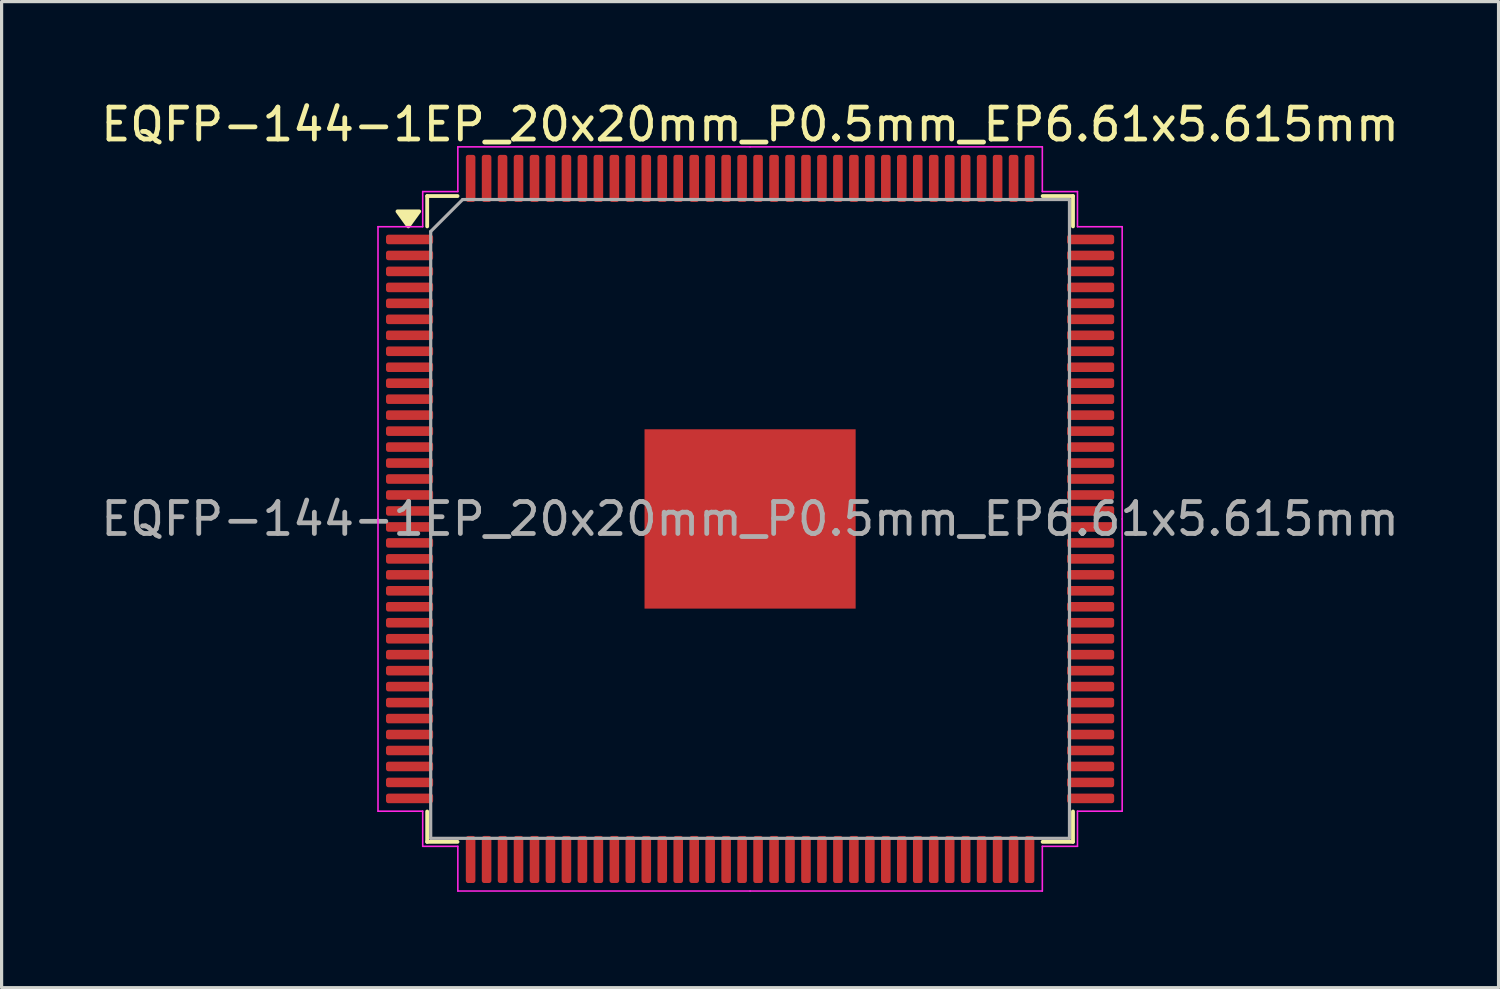
<source format=kicad_pcb>
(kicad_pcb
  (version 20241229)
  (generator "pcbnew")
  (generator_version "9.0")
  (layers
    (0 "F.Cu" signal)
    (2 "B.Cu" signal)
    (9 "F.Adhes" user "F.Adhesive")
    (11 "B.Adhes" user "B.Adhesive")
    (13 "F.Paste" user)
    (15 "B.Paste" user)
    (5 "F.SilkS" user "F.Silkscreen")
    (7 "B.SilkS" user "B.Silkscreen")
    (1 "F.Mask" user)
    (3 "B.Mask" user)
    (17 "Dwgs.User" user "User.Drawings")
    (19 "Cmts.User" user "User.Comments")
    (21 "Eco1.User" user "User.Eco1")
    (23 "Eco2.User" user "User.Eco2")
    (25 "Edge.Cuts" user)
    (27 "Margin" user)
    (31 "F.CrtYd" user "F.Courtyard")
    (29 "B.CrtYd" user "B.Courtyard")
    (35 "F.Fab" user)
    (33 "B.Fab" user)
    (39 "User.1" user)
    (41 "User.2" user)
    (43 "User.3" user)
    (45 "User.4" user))
  (footprint "EQFP-144-1EP_20x20mm_P0.5mm_EP6.61x5.615mm"
    (layer "F.Cu")
    (at 20.435 13.198)
    (property "Reference" "EQFP-144-1EP_20x20mm_P0.5mm_EP6.61x5.615mm" (at 0 -12.35 0) (layer "F.SilkS") (effects (font (size 1 1) (thickness 0.15))))
    (attr smd)
    (fp_line (start -10.11 -10.11) (end -10.11 -9.16) (stroke (width 0.12) (type solid)) (layer "F.SilkS"))
    (fp_line (start -10.11 10.11) (end -10.11 9.16) (stroke (width 0.12) (type solid)) (layer "F.SilkS"))
    (fp_line (start -9.16 -10.11) (end -10.11 -10.11) (stroke (width 0.12) (type solid)) (layer "F.SilkS"))
    (fp_line (start -9.16 10.11) (end -10.11 10.11) (stroke (width 0.12) (type solid)) (layer "F.SilkS"))
    (fp_line (start 9.16 -10.11) (end 10.11 -10.11) (stroke (width 0.12) (type solid)) (layer "F.SilkS"))
    (fp_line (start 9.16 10.11) (end 10.11 10.11) (stroke (width 0.12) (type solid)) (layer "F.SilkS"))
    (fp_line (start 10.11 -10.11) (end 10.11 -9.16) (stroke (width 0.12) (type solid)) (layer "F.SilkS"))
    (fp_line (start 10.11 10.11) (end 10.11 9.16) (stroke (width 0.12) (type solid)) (layer "F.SilkS"))
    (fp_poly (pts (xy -10.7 -9.16) (xy -11.04 -9.63) (xy -10.36 -9.63) (xy -10.7 -9.16)) (stroke (width 0.12) (type solid)) (fill yes) (layer "F.SilkS"))
    (fp_line (start -11.65 -9.15) (end -11.65 0) (stroke (width 0.05) (type solid)) (layer "F.CrtYd"))
    (fp_line (start -11.65 9.15) (end -11.65 0) (stroke (width 0.05) (type solid)) (layer "F.CrtYd"))
    (fp_line (start -10.25 -10.25) (end -10.25 -9.15) (stroke (width 0.05) (type solid)) (layer "F.CrtYd"))
    (fp_line (start -10.25 -9.15) (end -11.65 -9.15) (stroke (width 0.05) (type solid)) (layer "F.CrtYd"))
    (fp_line (start -10.25 9.15) (end -11.65 9.15) (stroke (width 0.05) (type solid)) (layer "F.CrtYd"))
    (fp_line (start -10.25 10.25) (end -10.25 9.15) (stroke (width 0.05) (type solid)) (layer "F.CrtYd"))
    (fp_line (start -9.15 -11.65) (end -9.15 -10.25) (stroke (width 0.05) (type solid)) (layer "F.CrtYd"))
    (fp_line (start -9.15 -10.25) (end -10.25 -10.25) (stroke (width 0.05) (type solid)) (layer "F.CrtYd"))
    (fp_line (start -9.15 10.25) (end -10.25 10.25) (stroke (width 0.05) (type solid)) (layer "F.CrtYd"))
    (fp_line (start -9.15 11.65) (end -9.15 10.25) (stroke (width 0.05) (type solid)) (layer "F.CrtYd"))
    (fp_line (start 0 -11.65) (end -9.15 -11.65) (stroke (width 0.05) (type solid)) (layer "F.CrtYd"))
    (fp_line (start 0 -11.65) (end 9.15 -11.65) (stroke (width 0.05) (type solid)) (layer "F.CrtYd"))
    (fp_line (start 0 11.65) (end -9.15 11.65) (stroke (width 0.05) (type solid)) (layer "F.CrtYd"))
    (fp_line (start 0 11.65) (end 9.15 11.65) (stroke (width 0.05) (type solid)) (layer "F.CrtYd"))
    (fp_line (start 9.15 -11.65) (end 9.15 -10.25) (stroke (width 0.05) (type solid)) (layer "F.CrtYd"))
    (fp_line (start 9.15 -10.25) (end 10.25 -10.25) (stroke (width 0.05) (type solid)) (layer "F.CrtYd"))
    (fp_line (start 9.15 10.25) (end 10.25 10.25) (stroke (width 0.05) (type solid)) (layer "F.CrtYd"))
    (fp_line (start 9.15 11.65) (end 9.15 10.25) (stroke (width 0.05) (type solid)) (layer "F.CrtYd"))
    (fp_line (start 10.25 -10.25) (end 10.25 -9.15) (stroke (width 0.05) (type solid)) (layer "F.CrtYd"))
    (fp_line (start 10.25 -9.15) (end 11.65 -9.15) (stroke (width 0.05) (type solid)) (layer "F.CrtYd"))
    (fp_line (start 10.25 9.15) (end 11.65 9.15) (stroke (width 0.05) (type solid)) (layer "F.CrtYd"))
    (fp_line (start 10.25 10.25) (end 10.25 9.15) (stroke (width 0.05) (type solid)) (layer "F.CrtYd"))
    (fp_line (start 11.65 -9.15) (end 11.65 0) (stroke (width 0.05) (type solid)) (layer "F.CrtYd"))
    (fp_line (start 11.65 9.15) (end 11.65 0) (stroke (width 0.05) (type solid)) (layer "F.CrtYd"))
    (fp_line (start -10 -9) (end -9 -10) (stroke (width 0.1) (type solid)) (layer "F.Fab"))
    (fp_line (start -10 10) (end -10 -9) (stroke (width 0.1) (type solid)) (layer "F.Fab"))
    (fp_line (start -9 -10) (end 10 -10) (stroke (width 0.1) (type solid)) (layer "F.Fab"))
    (fp_line (start 10 -10) (end 10 10) (stroke (width 0.1) (type solid)) (layer "F.Fab"))
    (fp_line (start 10 10) (end -10 10) (stroke (width 0.1) (type solid)) (layer "F.Fab"))
    (fp_text user "${REFERENCE}" (at 0 0 0) (layer "F.Fab") (effects (font (size 1 1) (thickness 0.15))))
    (pad "" smd roundrect (at -2.64 -2.1) (size 1.07 1.13) (layers "F.Paste") (roundrect_rratio 0.234))
    (pad "" smd roundrect (at -2.64 -0.7) (size 1.07 1.13) (layers "F.Paste") (roundrect_rratio 0.234))
    (pad "" smd roundrect (at -2.64 0.7) (size 1.07 1.13) (layers "F.Paste") (roundrect_rratio 0.234))
    (pad "" smd roundrect (at -2.64 2.1) (size 1.07 1.13) (layers "F.Paste") (roundrect_rratio 0.234))
    (pad "" smd roundrect (at -1.32 -2.1) (size 1.07 1.13) (layers "F.Paste") (roundrect_rratio 0.234))
    (pad "" smd roundrect (at -1.32 -0.7) (size 1.07 1.13) (layers "F.Paste") (roundrect_rratio 0.234))
    (pad "" smd roundrect (at -1.32 0.7) (size 1.07 1.13) (layers "F.Paste") (roundrect_rratio 0.234))
    (pad "" smd roundrect (at -1.32 2.1) (size 1.07 1.13) (layers "F.Paste") (roundrect_rratio 0.234))
    (pad "" smd roundrect (at 0 -2.1) (size 1.07 1.13) (layers "F.Paste") (roundrect_rratio 0.234))
    (pad "" smd roundrect (at 0 -0.7) (size 1.07 1.13) (layers "F.Paste") (roundrect_rratio 0.234))
    (pad "" smd roundrect (at 0 0.7) (size 1.07 1.13) (layers "F.Paste") (roundrect_rratio 0.234))
    (pad "" smd roundrect (at 0 2.1) (size 1.07 1.13) (layers "F.Paste") (roundrect_rratio 0.234))
    (pad "" smd roundrect (at 1.32 -2.1) (size 1.07 1.13) (layers "F.Paste") (roundrect_rratio 0.234))
    (pad "" smd roundrect (at 1.32 -0.7) (size 1.07 1.13) (layers "F.Paste") (roundrect_rratio 0.234))
    (pad "" smd roundrect (at 1.32 0.7) (size 1.07 1.13) (layers "F.Paste") (roundrect_rratio 0.234))
    (pad "" smd roundrect (at 1.32 2.1) (size 1.07 1.13) (layers "F.Paste") (roundrect_rratio 0.234))
    (pad "" smd roundrect (at 2.64 -2.1) (size 1.07 1.13) (layers "F.Paste") (roundrect_rratio 0.234))
    (pad "" smd roundrect (at 2.64 -0.7) (size 1.07 1.13) (layers "F.Paste") (roundrect_rratio 0.234))
    (pad "" smd roundrect (at 2.64 0.7) (size 1.07 1.13) (layers "F.Paste") (roundrect_rratio 0.234))
    (pad "" smd roundrect (at 2.64 2.1) (size 1.07 1.13) (layers "F.Paste") (roundrect_rratio 0.234))
    (pad "1" smd roundrect (at -10.662 -8.75) (size 1.475 0.3) (layers "F.Cu" "F.Mask" "F.Paste") (roundrect_rratio 0.25))
    (pad "2" smd roundrect (at -10.662 -8.25) (size 1.475 0.3) (layers "F.Cu" "F.Mask" "F.Paste") (roundrect_rratio 0.25))
    (pad "3" smd roundrect (at -10.662 -7.75) (size 1.475 0.3) (layers "F.Cu" "F.Mask" "F.Paste") (roundrect_rratio 0.25))
    (pad "4" smd roundrect (at -10.662 -7.25) (size 1.475 0.3) (layers "F.Cu" "F.Mask" "F.Paste") (roundrect_rratio 0.25))
    (pad "5" smd roundrect (at -10.662 -6.75) (size 1.475 0.3) (layers "F.Cu" "F.Mask" "F.Paste") (roundrect_rratio 0.25))
    (pad "6" smd roundrect (at -10.662 -6.25) (size 1.475 0.3) (layers "F.Cu" "F.Mask" "F.Paste") (roundrect_rratio 0.25))
    (pad "7" smd roundrect (at -10.662 -5.75) (size 1.475 0.3) (layers "F.Cu" "F.Mask" "F.Paste") (roundrect_rratio 0.25))
    (pad "8" smd roundrect (at -10.662 -5.25) (size 1.475 0.3) (layers "F.Cu" "F.Mask" "F.Paste") (roundrect_rratio 0.25))
    (pad "9" smd roundrect (at -10.662 -4.75) (size 1.475 0.3) (layers "F.Cu" "F.Mask" "F.Paste") (roundrect_rratio 0.25))
    (pad "10" smd roundrect (at -10.662 -4.25) (size 1.475 0.3) (layers "F.Cu" "F.Mask" "F.Paste") (roundrect_rratio 0.25))
    (pad "11" smd roundrect (at -10.662 -3.75) (size 1.475 0.3) (layers "F.Cu" "F.Mask" "F.Paste") (roundrect_rratio 0.25))
    (pad "12" smd roundrect (at -10.662 -3.25) (size 1.475 0.3) (layers "F.Cu" "F.Mask" "F.Paste") (roundrect_rratio 0.25))
    (pad "13" smd roundrect (at -10.662 -2.75) (size 1.475 0.3) (layers "F.Cu" "F.Mask" "F.Paste") (roundrect_rratio 0.25))
    (pad "14" smd roundrect (at -10.662 -2.25) (size 1.475 0.3) (layers "F.Cu" "F.Mask" "F.Paste") (roundrect_rratio 0.25))
    (pad "15" smd roundrect (at -10.662 -1.75) (size 1.475 0.3) (layers "F.Cu" "F.Mask" "F.Paste") (roundrect_rratio 0.25))
    (pad "16" smd roundrect (at -10.662 -1.25) (size 1.475 0.3) (layers "F.Cu" "F.Mask" "F.Paste") (roundrect_rratio 0.25))
    (pad "17" smd roundrect (at -10.662 -0.75) (size 1.475 0.3) (layers "F.Cu" "F.Mask" "F.Paste") (roundrect_rratio 0.25))
    (pad "18" smd roundrect (at -10.662 -0.25) (size 1.475 0.3) (layers "F.Cu" "F.Mask" "F.Paste") (roundrect_rratio 0.25))
    (pad "19" smd roundrect (at -10.662 0.25) (size 1.475 0.3) (layers "F.Cu" "F.Mask" "F.Paste") (roundrect_rratio 0.25))
    (pad "20" smd roundrect (at -10.662 0.75) (size 1.475 0.3) (layers "F.Cu" "F.Mask" "F.Paste") (roundrect_rratio 0.25))
    (pad "21" smd roundrect (at -10.662 1.25) (size 1.475 0.3) (layers "F.Cu" "F.Mask" "F.Paste") (roundrect_rratio 0.25))
    (pad "22" smd roundrect (at -10.662 1.75) (size 1.475 0.3) (layers "F.Cu" "F.Mask" "F.Paste") (roundrect_rratio 0.25))
    (pad "23" smd roundrect (at -10.662 2.25) (size 1.475 0.3) (layers "F.Cu" "F.Mask" "F.Paste") (roundrect_rratio 0.25))
    (pad "24" smd roundrect (at -10.662 2.75) (size 1.475 0.3) (layers "F.Cu" "F.Mask" "F.Paste") (roundrect_rratio 0.25))
    (pad "25" smd roundrect (at -10.662 3.25) (size 1.475 0.3) (layers "F.Cu" "F.Mask" "F.Paste") (roundrect_rratio 0.25))
    (pad "26" smd roundrect (at -10.662 3.75) (size 1.475 0.3) (layers "F.Cu" "F.Mask" "F.Paste") (roundrect_rratio 0.25))
    (pad "27" smd roundrect (at -10.662 4.25) (size 1.475 0.3) (layers "F.Cu" "F.Mask" "F.Paste") (roundrect_rratio 0.25))
    (pad "28" smd roundrect (at -10.662 4.75) (size 1.475 0.3) (layers "F.Cu" "F.Mask" "F.Paste") (roundrect_rratio 0.25))
    (pad "29" smd roundrect (at -10.662 5.25) (size 1.475 0.3) (layers "F.Cu" "F.Mask" "F.Paste") (roundrect_rratio 0.25))
    (pad "30" smd roundrect (at -10.662 5.75) (size 1.475 0.3) (layers "F.Cu" "F.Mask" "F.Paste") (roundrect_rratio 0.25))
    (pad "31" smd roundrect (at -10.662 6.25) (size 1.475 0.3) (layers "F.Cu" "F.Mask" "F.Paste") (roundrect_rratio 0.25))
    (pad "32" smd roundrect (at -10.662 6.75) (size 1.475 0.3) (layers "F.Cu" "F.Mask" "F.Paste") (roundrect_rratio 0.25))
    (pad "33" smd roundrect (at -10.662 7.25) (size 1.475 0.3) (layers "F.Cu" "F.Mask" "F.Paste") (roundrect_rratio 0.25))
    (pad "34" smd roundrect (at -10.662 7.75) (size 1.475 0.3) (layers "F.Cu" "F.Mask" "F.Paste") (roundrect_rratio 0.25))
    (pad "35" smd roundrect (at -10.662 8.25) (size 1.475 0.3) (layers "F.Cu" "F.Mask" "F.Paste") (roundrect_rratio 0.25))
    (pad "36" smd roundrect (at -10.662 8.75) (size 1.475 0.3) (layers "F.Cu" "F.Mask" "F.Paste") (roundrect_rratio 0.25))
    (pad "37" smd roundrect (at -8.75 10.662) (size 0.3 1.475) (layers "F.Cu" "F.Mask" "F.Paste") (roundrect_rratio 0.25))
    (pad "38" smd roundrect (at -8.25 10.662) (size 0.3 1.475) (layers "F.Cu" "F.Mask" "F.Paste") (roundrect_rratio 0.25))
    (pad "39" smd roundrect (at -7.75 10.662) (size 0.3 1.475) (layers "F.Cu" "F.Mask" "F.Paste") (roundrect_rratio 0.25))
    (pad "40" smd roundrect (at -7.25 10.662) (size 0.3 1.475) (layers "F.Cu" "F.Mask" "F.Paste") (roundrect_rratio 0.25))
    (pad "41" smd roundrect (at -6.75 10.662) (size 0.3 1.475) (layers "F.Cu" "F.Mask" "F.Paste") (roundrect_rratio 0.25))
    (pad "42" smd roundrect (at -6.25 10.662) (size 0.3 1.475) (layers "F.Cu" "F.Mask" "F.Paste") (roundrect_rratio 0.25))
    (pad "43" smd roundrect (at -5.75 10.662) (size 0.3 1.475) (layers "F.Cu" "F.Mask" "F.Paste") (roundrect_rratio 0.25))
    (pad "44" smd roundrect (at -5.25 10.662) (size 0.3 1.475) (layers "F.Cu" "F.Mask" "F.Paste") (roundrect_rratio 0.25))
    (pad "45" smd roundrect (at -4.75 10.662) (size 0.3 1.475) (layers "F.Cu" "F.Mask" "F.Paste") (roundrect_rratio 0.25))
    (pad "46" smd roundrect (at -4.25 10.662) (size 0.3 1.475) (layers "F.Cu" "F.Mask" "F.Paste") (roundrect_rratio 0.25))
    (pad "47" smd roundrect (at -3.75 10.662) (size 0.3 1.475) (layers "F.Cu" "F.Mask" "F.Paste") (roundrect_rratio 0.25))
    (pad "48" smd roundrect (at -3.25 10.662) (size 0.3 1.475) (layers "F.Cu" "F.Mask" "F.Paste") (roundrect_rratio 0.25))
    (pad "49" smd roundrect (at -2.75 10.662) (size 0.3 1.475) (layers "F.Cu" "F.Mask" "F.Paste") (roundrect_rratio 0.25))
    (pad "50" smd roundrect (at -2.25 10.662) (size 0.3 1.475) (layers "F.Cu" "F.Mask" "F.Paste") (roundrect_rratio 0.25))
    (pad "51" smd roundrect (at -1.75 10.662) (size 0.3 1.475) (layers "F.Cu" "F.Mask" "F.Paste") (roundrect_rratio 0.25))
    (pad "52" smd roundrect (at -1.25 10.662) (size 0.3 1.475) (layers "F.Cu" "F.Mask" "F.Paste") (roundrect_rratio 0.25))
    (pad "53" smd roundrect (at -0.75 10.662) (size 0.3 1.475) (layers "F.Cu" "F.Mask" "F.Paste") (roundrect_rratio 0.25))
    (pad "54" smd roundrect (at -0.25 10.662) (size 0.3 1.475) (layers "F.Cu" "F.Mask" "F.Paste") (roundrect_rratio 0.25))
    (pad "55" smd roundrect (at 0.25 10.662) (size 0.3 1.475) (layers "F.Cu" "F.Mask" "F.Paste") (roundrect_rratio 0.25))
    (pad "56" smd roundrect (at 0.75 10.662) (size 0.3 1.475) (layers "F.Cu" "F.Mask" "F.Paste") (roundrect_rratio 0.25))
    (pad "57" smd roundrect (at 1.25 10.662) (size 0.3 1.475) (layers "F.Cu" "F.Mask" "F.Paste") (roundrect_rratio 0.25))
    (pad "58" smd roundrect (at 1.75 10.662) (size 0.3 1.475) (layers "F.Cu" "F.Mask" "F.Paste") (roundrect_rratio 0.25))
    (pad "59" smd roundrect (at 2.25 10.662) (size 0.3 1.475) (layers "F.Cu" "F.Mask" "F.Paste") (roundrect_rratio 0.25))
    (pad "60" smd roundrect (at 2.75 10.662) (size 0.3 1.475) (layers "F.Cu" "F.Mask" "F.Paste") (roundrect_rratio 0.25))
    (pad "61" smd roundrect (at 3.25 10.662) (size 0.3 1.475) (layers "F.Cu" "F.Mask" "F.Paste") (roundrect_rratio 0.25))
    (pad "62" smd roundrect (at 3.75 10.662) (size 0.3 1.475) (layers "F.Cu" "F.Mask" "F.Paste") (roundrect_rratio 0.25))
    (pad "63" smd roundrect (at 4.25 10.662) (size 0.3 1.475) (layers "F.Cu" "F.Mask" "F.Paste") (roundrect_rratio 0.25))
    (pad "64" smd roundrect (at 4.75 10.662) (size 0.3 1.475) (layers "F.Cu" "F.Mask" "F.Paste") (roundrect_rratio 0.25))
    (pad "65" smd roundrect (at 5.25 10.662) (size 0.3 1.475) (layers "F.Cu" "F.Mask" "F.Paste") (roundrect_rratio 0.25))
    (pad "66" smd roundrect (at 5.75 10.662) (size 0.3 1.475) (layers "F.Cu" "F.Mask" "F.Paste") (roundrect_rratio 0.25))
    (pad "67" smd roundrect (at 6.25 10.662) (size 0.3 1.475) (layers "F.Cu" "F.Mask" "F.Paste") (roundrect_rratio 0.25))
    (pad "68" smd roundrect (at 6.75 10.662) (size 0.3 1.475) (layers "F.Cu" "F.Mask" "F.Paste") (roundrect_rratio 0.25))
    (pad "69" smd roundrect (at 7.25 10.662) (size 0.3 1.475) (layers "F.Cu" "F.Mask" "F.Paste") (roundrect_rratio 0.25))
    (pad "70" smd roundrect (at 7.75 10.662) (size 0.3 1.475) (layers "F.Cu" "F.Mask" "F.Paste") (roundrect_rratio 0.25))
    (pad "71" smd roundrect (at 8.25 10.662) (size 0.3 1.475) (layers "F.Cu" "F.Mask" "F.Paste") (roundrect_rratio 0.25))
    (pad "72" smd roundrect (at 8.75 10.662) (size 0.3 1.475) (layers "F.Cu" "F.Mask" "F.Paste") (roundrect_rratio 0.25))
    (pad "73" smd roundrect (at 10.662 8.75) (size 1.475 0.3) (layers "F.Cu" "F.Mask" "F.Paste") (roundrect_rratio 0.25))
    (pad "74" smd roundrect (at 10.662 8.25) (size 1.475 0.3) (layers "F.Cu" "F.Mask" "F.Paste") (roundrect_rratio 0.25))
    (pad "75" smd roundrect (at 10.662 7.75) (size 1.475 0.3) (layers "F.Cu" "F.Mask" "F.Paste") (roundrect_rratio 0.25))
    (pad "76" smd roundrect (at 10.662 7.25) (size 1.475 0.3) (layers "F.Cu" "F.Mask" "F.Paste") (roundrect_rratio 0.25))
    (pad "77" smd roundrect (at 10.662 6.75) (size 1.475 0.3) (layers "F.Cu" "F.Mask" "F.Paste") (roundrect_rratio 0.25))
    (pad "78" smd roundrect (at 10.662 6.25) (size 1.475 0.3) (layers "F.Cu" "F.Mask" "F.Paste") (roundrect_rratio 0.25))
    (pad "79" smd roundrect (at 10.662 5.75) (size 1.475 0.3) (layers "F.Cu" "F.Mask" "F.Paste") (roundrect_rratio 0.25))
    (pad "80" smd roundrect (at 10.662 5.25) (size 1.475 0.3) (layers "F.Cu" "F.Mask" "F.Paste") (roundrect_rratio 0.25))
    (pad "81" smd roundrect (at 10.662 4.75) (size 1.475 0.3) (layers "F.Cu" "F.Mask" "F.Paste") (roundrect_rratio 0.25))
    (pad "82" smd roundrect (at 10.662 4.25) (size 1.475 0.3) (layers "F.Cu" "F.Mask" "F.Paste") (roundrect_rratio 0.25))
    (pad "83" smd roundrect (at 10.662 3.75) (size 1.475 0.3) (layers "F.Cu" "F.Mask" "F.Paste") (roundrect_rratio 0.25))
    (pad "84" smd roundrect (at 10.662 3.25) (size 1.475 0.3) (layers "F.Cu" "F.Mask" "F.Paste") (roundrect_rratio 0.25))
    (pad "85" smd roundrect (at 10.662 2.75) (size 1.475 0.3) (layers "F.Cu" "F.Mask" "F.Paste") (roundrect_rratio 0.25))
    (pad "86" smd roundrect (at 10.662 2.25) (size 1.475 0.3) (layers "F.Cu" "F.Mask" "F.Paste") (roundrect_rratio 0.25))
    (pad "87" smd roundrect (at 10.662 1.75) (size 1.475 0.3) (layers "F.Cu" "F.Mask" "F.Paste") (roundrect_rratio 0.25))
    (pad "88" smd roundrect (at 10.662 1.25) (size 1.475 0.3) (layers "F.Cu" "F.Mask" "F.Paste") (roundrect_rratio 0.25))
    (pad "89" smd roundrect (at 10.662 0.75) (size 1.475 0.3) (layers "F.Cu" "F.Mask" "F.Paste") (roundrect_rratio 0.25))
    (pad "90" smd roundrect (at 10.662 0.25) (size 1.475 0.3) (layers "F.Cu" "F.Mask" "F.Paste") (roundrect_rratio 0.25))
    (pad "91" smd roundrect (at 10.662 -0.25) (size 1.475 0.3) (layers "F.Cu" "F.Mask" "F.Paste") (roundrect_rratio 0.25))
    (pad "92" smd roundrect (at 10.662 -0.75) (size 1.475 0.3) (layers "F.Cu" "F.Mask" "F.Paste") (roundrect_rratio 0.25))
    (pad "93" smd roundrect (at 10.662 -1.25) (size 1.475 0.3) (layers "F.Cu" "F.Mask" "F.Paste") (roundrect_rratio 0.25))
    (pad "94" smd roundrect (at 10.662 -1.75) (size 1.475 0.3) (layers "F.Cu" "F.Mask" "F.Paste") (roundrect_rratio 0.25))
    (pad "95" smd roundrect (at 10.662 -2.25) (size 1.475 0.3) (layers "F.Cu" "F.Mask" "F.Paste") (roundrect_rratio 0.25))
    (pad "96" smd roundrect (at 10.662 -2.75) (size 1.475 0.3) (layers "F.Cu" "F.Mask" "F.Paste") (roundrect_rratio 0.25))
    (pad "97" smd roundrect (at 10.662 -3.25) (size 1.475 0.3) (layers "F.Cu" "F.Mask" "F.Paste") (roundrect_rratio 0.25))
    (pad "98" smd roundrect (at 10.662 -3.75) (size 1.475 0.3) (layers "F.Cu" "F.Mask" "F.Paste") (roundrect_rratio 0.25))
    (pad "99" smd roundrect (at 10.662 -4.25) (size 1.475 0.3) (layers "F.Cu" "F.Mask" "F.Paste") (roundrect_rratio 0.25))
    (pad "100" smd roundrect (at 10.662 -4.75) (size 1.475 0.3) (layers "F.Cu" "F.Mask" "F.Paste") (roundrect_rratio 0.25))
    (pad "101" smd roundrect (at 10.662 -5.25) (size 1.475 0.3) (layers "F.Cu" "F.Mask" "F.Paste") (roundrect_rratio 0.25))
    (pad "102" smd roundrect (at 10.662 -5.75) (size 1.475 0.3) (layers "F.Cu" "F.Mask" "F.Paste") (roundrect_rratio 0.25))
    (pad "103" smd roundrect (at 10.662 -6.25) (size 1.475 0.3) (layers "F.Cu" "F.Mask" "F.Paste") (roundrect_rratio 0.25))
    (pad "104" smd roundrect (at 10.662 -6.75) (size 1.475 0.3) (layers "F.Cu" "F.Mask" "F.Paste") (roundrect_rratio 0.25))
    (pad "105" smd roundrect (at 10.662 -7.25) (size 1.475 0.3) (layers "F.Cu" "F.Mask" "F.Paste") (roundrect_rratio 0.25))
    (pad "106" smd roundrect (at 10.662 -7.75) (size 1.475 0.3) (layers "F.Cu" "F.Mask" "F.Paste") (roundrect_rratio 0.25))
    (pad "107" smd roundrect (at 10.662 -8.25) (size 1.475 0.3) (layers "F.Cu" "F.Mask" "F.Paste") (roundrect_rratio 0.25))
    (pad "108" smd roundrect (at 10.662 -8.75) (size 1.475 0.3) (layers "F.Cu" "F.Mask" "F.Paste") (roundrect_rratio 0.25))
    (pad "109" smd roundrect (at 8.75 -10.662) (size 0.3 1.475) (layers "F.Cu" "F.Mask" "F.Paste") (roundrect_rratio 0.25))
    (pad "110" smd roundrect (at 8.25 -10.662) (size 0.3 1.475) (layers "F.Cu" "F.Mask" "F.Paste") (roundrect_rratio 0.25))
    (pad "111" smd roundrect (at 7.75 -10.662) (size 0.3 1.475) (layers "F.Cu" "F.Mask" "F.Paste") (roundrect_rratio 0.25))
    (pad "112" smd roundrect (at 7.25 -10.662) (size 0.3 1.475) (layers "F.Cu" "F.Mask" "F.Paste") (roundrect_rratio 0.25))
    (pad "113" smd roundrect (at 6.75 -10.662) (size 0.3 1.475) (layers "F.Cu" "F.Mask" "F.Paste") (roundrect_rratio 0.25))
    (pad "114" smd roundrect (at 6.25 -10.662) (size 0.3 1.475) (layers "F.Cu" "F.Mask" "F.Paste") (roundrect_rratio 0.25))
    (pad "115" smd roundrect (at 5.75 -10.662) (size 0.3 1.475) (layers "F.Cu" "F.Mask" "F.Paste") (roundrect_rratio 0.25))
    (pad "116" smd roundrect (at 5.25 -10.662) (size 0.3 1.475) (layers "F.Cu" "F.Mask" "F.Paste") (roundrect_rratio 0.25))
    (pad "117" smd roundrect (at 4.75 -10.662) (size 0.3 1.475) (layers "F.Cu" "F.Mask" "F.Paste") (roundrect_rratio 0.25))
    (pad "118" smd roundrect (at 4.25 -10.662) (size 0.3 1.475) (layers "F.Cu" "F.Mask" "F.Paste") (roundrect_rratio 0.25))
    (pad "119" smd roundrect (at 3.75 -10.662) (size 0.3 1.475) (layers "F.Cu" "F.Mask" "F.Paste") (roundrect_rratio 0.25))
    (pad "120" smd roundrect (at 3.25 -10.662) (size 0.3 1.475) (layers "F.Cu" "F.Mask" "F.Paste") (roundrect_rratio 0.25))
    (pad "121" smd roundrect (at 2.75 -10.662) (size 0.3 1.475) (layers "F.Cu" "F.Mask" "F.Paste") (roundrect_rratio 0.25))
    (pad "122" smd roundrect (at 2.25 -10.662) (size 0.3 1.475) (layers "F.Cu" "F.Mask" "F.Paste") (roundrect_rratio 0.25))
    (pad "123" smd roundrect (at 1.75 -10.662) (size 0.3 1.475) (layers "F.Cu" "F.Mask" "F.Paste") (roundrect_rratio 0.25))
    (pad "124" smd roundrect (at 1.25 -10.662) (size 0.3 1.475) (layers "F.Cu" "F.Mask" "F.Paste") (roundrect_rratio 0.25))
    (pad "125" smd roundrect (at 0.75 -10.662) (size 0.3 1.475) (layers "F.Cu" "F.Mask" "F.Paste") (roundrect_rratio 0.25))
    (pad "126" smd roundrect (at 0.25 -10.662) (size 0.3 1.475) (layers "F.Cu" "F.Mask" "F.Paste") (roundrect_rratio 0.25))
    (pad "127" smd roundrect (at -0.25 -10.662) (size 0.3 1.475) (layers "F.Cu" "F.Mask" "F.Paste") (roundrect_rratio 0.25))
    (pad "128" smd roundrect (at -0.75 -10.662) (size 0.3 1.475) (layers "F.Cu" "F.Mask" "F.Paste") (roundrect_rratio 0.25))
    (pad "129" smd roundrect (at -1.25 -10.662) (size 0.3 1.475) (layers "F.Cu" "F.Mask" "F.Paste") (roundrect_rratio 0.25))
    (pad "130" smd roundrect (at -1.75 -10.662) (size 0.3 1.475) (layers "F.Cu" "F.Mask" "F.Paste") (roundrect_rratio 0.25))
    (pad "131" smd roundrect (at -2.25 -10.662) (size 0.3 1.475) (layers "F.Cu" "F.Mask" "F.Paste") (roundrect_rratio 0.25))
    (pad "132" smd roundrect (at -2.75 -10.662) (size 0.3 1.475) (layers "F.Cu" "F.Mask" "F.Paste") (roundrect_rratio 0.25))
    (pad "133" smd roundrect (at -3.25 -10.662) (size 0.3 1.475) (layers "F.Cu" "F.Mask" "F.Paste") (roundrect_rratio 0.25))
    (pad "134" smd roundrect (at -3.75 -10.662) (size 0.3 1.475) (layers "F.Cu" "F.Mask" "F.Paste") (roundrect_rratio 0.25))
    (pad "135" smd roundrect (at -4.25 -10.662) (size 0.3 1.475) (layers "F.Cu" "F.Mask" "F.Paste") (roundrect_rratio 0.25))
    (pad "136" smd roundrect (at -4.75 -10.662) (size 0.3 1.475) (layers "F.Cu" "F.Mask" "F.Paste") (roundrect_rratio 0.25))
    (pad "137" smd roundrect (at -5.25 -10.662) (size 0.3 1.475) (layers "F.Cu" "F.Mask" "F.Paste") (roundrect_rratio 0.25))
    (pad "138" smd roundrect (at -5.75 -10.662) (size 0.3 1.475) (layers "F.Cu" "F.Mask" "F.Paste") (roundrect_rratio 0.25))
    (pad "139" smd roundrect (at -6.25 -10.662) (size 0.3 1.475) (layers "F.Cu" "F.Mask" "F.Paste") (roundrect_rratio 0.25))
    (pad "140" smd roundrect (at -6.75 -10.662) (size 0.3 1.475) (layers "F.Cu" "F.Mask" "F.Paste") (roundrect_rratio 0.25))
    (pad "141" smd roundrect (at -7.25 -10.662) (size 0.3 1.475) (layers "F.Cu" "F.Mask" "F.Paste") (roundrect_rratio 0.25))
    (pad "142" smd roundrect (at -7.75 -10.662) (size 0.3 1.475) (layers "F.Cu" "F.Mask" "F.Paste") (roundrect_rratio 0.25))
    (pad "143" smd roundrect (at -8.25 -10.662) (size 0.3 1.475) (layers "F.Cu" "F.Mask" "F.Paste") (roundrect_rratio 0.25))
    (pad "144" smd roundrect (at -8.75 -10.662) (size 0.3 1.475) (layers "F.Cu" "F.Mask" "F.Paste") (roundrect_rratio 0.25))
    (pad "145" smd rect (at 0 0) (size 6.61 5.615) (property pad_prop_heatsink) (layers "F.Cu" "F.Mask")))
  (gr_rect
    (start -3 -3)
    (end 43.869 27.873)
    (stroke (width 0.1) (type default))
    (fill no)
    (layer "Edge.Cuts")))
</source>
